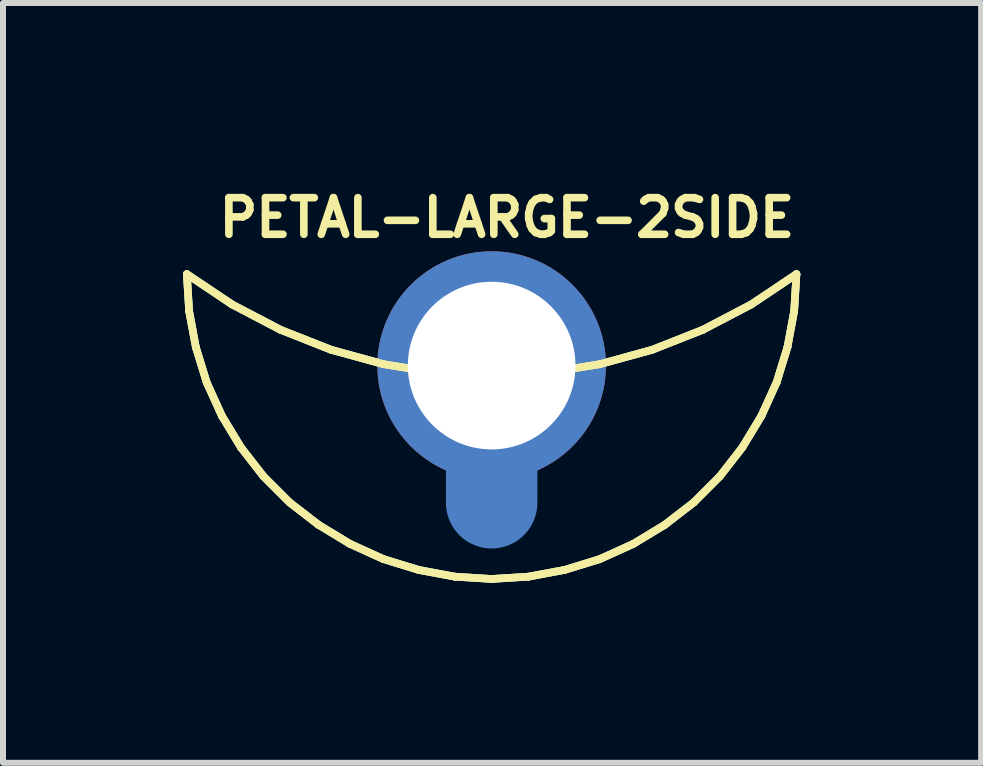
<source format=kicad_pcb>
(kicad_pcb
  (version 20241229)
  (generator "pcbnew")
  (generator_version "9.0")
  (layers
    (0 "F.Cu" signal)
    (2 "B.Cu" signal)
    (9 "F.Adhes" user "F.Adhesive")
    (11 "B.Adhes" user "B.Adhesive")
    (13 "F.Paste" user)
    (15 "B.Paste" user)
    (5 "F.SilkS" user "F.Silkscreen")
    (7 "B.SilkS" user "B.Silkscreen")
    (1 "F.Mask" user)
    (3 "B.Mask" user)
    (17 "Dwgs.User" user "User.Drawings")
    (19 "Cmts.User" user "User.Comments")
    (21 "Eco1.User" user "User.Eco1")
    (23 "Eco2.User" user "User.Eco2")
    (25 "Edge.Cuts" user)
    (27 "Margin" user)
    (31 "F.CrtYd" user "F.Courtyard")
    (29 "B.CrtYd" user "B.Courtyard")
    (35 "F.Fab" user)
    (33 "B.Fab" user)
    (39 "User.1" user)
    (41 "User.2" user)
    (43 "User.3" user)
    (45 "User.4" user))
  (footprint "PETAL-LARGE-2SIDE"
    (layer "F.Cu")
    (at 5.144 5.329)
    (property "Reference" "PETAL-LARGE-2SIDE" (at 0.254 -4.75 0) (layer "F.SilkS") (effects (font (size 0.61 0.61) (thickness 0.127))))
    (attr exclude_from_pos_files exclude_from_bom)
    (fp_line (start -5.08 -3.81) (end -5.042 -3.195) (stroke (width 0.127) (type solid)) (layer "B.Cu"))
    (fp_line (start -5.042 -3.195) (end -4.93 -2.593) (stroke (width 0.127) (type solid)) (layer "B.Cu"))
    (fp_line (start -4.93 -2.593) (end -4.75 -2.007) (stroke (width 0.127) (type solid)) (layer "B.Cu"))
    (fp_line (start -4.75 -2.007) (end -4.496 -1.448) (stroke (width 0.127) (type solid)) (layer "B.Cu"))
    (fp_line (start -4.496 -1.448) (end -4.178 -0.922) (stroke (width 0.127) (type solid)) (layer "B.Cu"))
    (fp_line (start -4.326 -3.305) (end -5.08 -3.81) (stroke (width 0.127) (type solid)) (layer "B.Cu"))
    (fp_line (start -4.178 -0.922) (end -3.802 -0.439) (stroke (width 0.127) (type solid)) (layer "B.Cu"))
    (fp_line (start -3.802 -0.439) (end -3.368 -0.005) (stroke (width 0.127) (type solid)) (layer "B.Cu"))
    (fp_line (start -3.52 -2.883) (end -4.326 -3.305) (stroke (width 0.127) (type solid)) (layer "B.Cu"))
    (fp_line (start -3.368 -0.005) (end -2.885 0.368) (stroke (width 0.127) (type solid)) (layer "B.Cu"))
    (fp_line (start -2.885 0.368) (end -2.36 0.686) (stroke (width 0.127) (type solid)) (layer "B.Cu"))
    (fp_line (start -2.677 -2.55) (end -3.52 -2.883) (stroke (width 0.127) (type solid)) (layer "B.Cu"))
    (fp_line (start -2.36 0.686) (end -1.801 0.94) (stroke (width 0.127) (type solid)) (layer "B.Cu"))
    (fp_line (start -1.801 -2.309) (end -2.677 -2.55) (stroke (width 0.127) (type solid)) (layer "B.Cu"))
    (fp_line (start -1.801 0.94) (end -1.214 1.12) (stroke (width 0.127) (type solid)) (layer "B.Cu"))
    (fp_line (start -1.214 1.12) (end -0.612 1.232) (stroke (width 0.127) (type solid)) (layer "B.Cu"))
    (fp_line (start -0.904 -2.164) (end -1.801 -2.309) (stroke (width 0.127) (type solid)) (layer "B.Cu"))
    (fp_line (start -0.612 1.232) (end 0 1.27) (stroke (width 0.127) (type solid)) (layer "B.Cu"))
    (fp_line (start 0 -2.54) (end 0 0) (stroke (width 1.524) (type solid)) (layer "B.Cu"))
    (fp_line (start 0 -2.116) (end -0.904 -2.164) (stroke (width 0.127) (type solid)) (layer "B.Cu"))
    (fp_line (start 0 1.27) (end 0.612 1.232) (stroke (width 0.127) (type solid)) (layer "B.Cu"))
    (fp_line (start 0.612 1.232) (end 1.214 1.12) (stroke (width 0.127) (type solid)) (layer "B.Cu"))
    (fp_line (start 0.904 -2.164) (end 0 -2.116) (stroke (width 0.127) (type solid)) (layer "B.Cu"))
    (fp_line (start 1.214 1.12) (end 1.801 0.94) (stroke (width 0.127) (type solid)) (layer "B.Cu"))
    (fp_line (start 1.801 -2.309) (end 0.904 -2.164) (stroke (width 0.127) (type solid)) (layer "B.Cu"))
    (fp_line (start 1.801 0.94) (end 2.36 0.686) (stroke (width 0.127) (type solid)) (layer "B.Cu"))
    (fp_line (start 2.36 0.686) (end 2.885 0.368) (stroke (width 0.127) (type solid)) (layer "B.Cu"))
    (fp_line (start 2.677 -2.55) (end 1.801 -2.309) (stroke (width 0.127) (type solid)) (layer "B.Cu"))
    (fp_line (start 2.885 0.368) (end 3.368 -0.005) (stroke (width 0.127) (type solid)) (layer "B.Cu"))
    (fp_line (start 3.368 -0.005) (end 3.802 -0.439) (stroke (width 0.127) (type solid)) (layer "B.Cu"))
    (fp_line (start 3.52 -2.883) (end 2.677 -2.55) (stroke (width 0.127) (type solid)) (layer "B.Cu"))
    (fp_line (start 3.802 -0.439) (end 4.178 -0.922) (stroke (width 0.127) (type solid)) (layer "B.Cu"))
    (fp_line (start 4.178 -0.922) (end 4.496 -1.448) (stroke (width 0.127) (type solid)) (layer "B.Cu"))
    (fp_line (start 4.326 -3.305) (end 3.52 -2.883) (stroke (width 0.127) (type solid)) (layer "B.Cu"))
    (fp_line (start 4.496 -1.448) (end 4.75 -2.007) (stroke (width 0.127) (type solid)) (layer "B.Cu"))
    (fp_line (start 4.75 -2.007) (end 4.93 -2.593) (stroke (width 0.127) (type solid)) (layer "B.Cu"))
    (fp_line (start 4.93 -2.593) (end 5.042 -3.195) (stroke (width 0.127) (type solid)) (layer "B.Cu"))
    (fp_line (start 5.042 -3.195) (end 5.08 -3.81) (stroke (width 0.127) (type solid)) (layer "B.Cu"))
    (fp_line (start 5.08 -3.81) (end 4.326 -3.305) (stroke (width 0.127) (type solid)) (layer "B.Cu"))
    (fp_line (start -5.08 -3.81) (end -5.042 -3.195) (stroke (width 0.127) (type solid)) (layer "F.SilkS"))
    (fp_line (start -5.08 -3.81) (end -4.326 -3.305) (stroke (width 0.127) (type solid)) (layer "F.SilkS"))
    (fp_line (start -5.042 -3.195) (end -5.08 -3.81) (stroke (width 0.127) (type solid)) (layer "F.SilkS"))
    (fp_line (start -5.042 -3.195) (end -4.93 -2.593) (stroke (width 0.127) (type solid)) (layer "F.SilkS"))
    (fp_line (start -4.93 -2.593) (end -5.042 -3.195) (stroke (width 0.127) (type solid)) (layer "F.SilkS"))
    (fp_line (start -4.93 -2.593) (end -4.75 -2.007) (stroke (width 0.127) (type solid)) (layer "F.SilkS"))
    (fp_line (start -4.75 -2.007) (end -4.93 -2.593) (stroke (width 0.127) (type solid)) (layer "F.SilkS"))
    (fp_line (start -4.75 -2.007) (end -4.496 -1.448) (stroke (width 0.127) (type solid)) (layer "F.SilkS"))
    (fp_line (start -4.496 -1.448) (end -4.75 -2.007) (stroke (width 0.127) (type solid)) (layer "F.SilkS"))
    (fp_line (start -4.496 -1.448) (end -4.178 -0.922) (stroke (width 0.127) (type solid)) (layer "F.SilkS"))
    (fp_line (start -4.326 -3.305) (end -5.08 -3.81) (stroke (width 0.127) (type solid)) (layer "F.SilkS"))
    (fp_line (start -4.326 -3.305) (end -3.52 -2.883) (stroke (width 0.127) (type solid)) (layer "F.SilkS"))
    (fp_line (start -4.178 -0.922) (end -4.496 -1.448) (stroke (width 0.127) (type solid)) (layer "F.SilkS"))
    (fp_line (start -4.178 -0.922) (end -3.802 -0.439) (stroke (width 0.127) (type solid)) (layer "F.SilkS"))
    (fp_line (start -3.802 -0.439) (end -4.178 -0.922) (stroke (width 0.127) (type solid)) (layer "F.SilkS"))
    (fp_line (start -3.802 -0.439) (end -3.368 -0.005) (stroke (width 0.127) (type solid)) (layer "F.SilkS"))
    (fp_line (start -3.52 -2.883) (end -4.326 -3.305) (stroke (width 0.127) (type solid)) (layer "F.SilkS"))
    (fp_line (start -3.52 -2.883) (end -2.677 -2.55) (stroke (width 0.127) (type solid)) (layer "F.SilkS"))
    (fp_line (start -3.368 -0.005) (end -3.802 -0.439) (stroke (width 0.127) (type solid)) (layer "F.SilkS"))
    (fp_line (start -3.368 -0.005) (end -2.885 0.368) (stroke (width 0.127) (type solid)) (layer "F.SilkS"))
    (fp_line (start -2.885 0.368) (end -3.368 -0.005) (stroke (width 0.127) (type solid)) (layer "F.SilkS"))
    (fp_line (start -2.885 0.368) (end -2.36 0.686) (stroke (width 0.127) (type solid)) (layer "F.SilkS"))
    (fp_line (start -2.677 -2.55) (end -3.52 -2.883) (stroke (width 0.127) (type solid)) (layer "F.SilkS"))
    (fp_line (start -2.677 -2.55) (end -1.801 -2.309) (stroke (width 0.127) (type solid)) (layer "F.SilkS"))
    (fp_line (start -2.36 0.686) (end -2.885 0.368) (stroke (width 0.127) (type solid)) (layer "F.SilkS"))
    (fp_line (start -2.36 0.686) (end -1.801 0.94) (stroke (width 0.127) (type solid)) (layer "F.SilkS"))
    (fp_line (start -1.801 -2.309) (end -2.677 -2.55) (stroke (width 0.127) (type solid)) (layer "F.SilkS"))
    (fp_line (start -1.801 -2.309) (end -0.904 -2.164) (stroke (width 0.127) (type solid)) (layer "F.SilkS"))
    (fp_line (start -1.801 0.94) (end -2.36 0.686) (stroke (width 0.127) (type solid)) (layer "F.SilkS"))
    (fp_line (start -1.801 0.94) (end -1.214 1.12) (stroke (width 0.127) (type solid)) (layer "F.SilkS"))
    (fp_line (start -1.214 1.12) (end -1.801 0.94) (stroke (width 0.127) (type solid)) (layer "F.SilkS"))
    (fp_line (start -1.214 1.12) (end -0.612 1.232) (stroke (width 0.127) (type solid)) (layer "F.SilkS"))
    (fp_line (start -0.904 -2.164) (end -1.801 -2.309) (stroke (width 0.127) (type solid)) (layer "F.SilkS"))
    (fp_line (start -0.904 -2.164) (end 0 -2.116) (stroke (width 0.127) (type solid)) (layer "F.SilkS"))
    (fp_line (start -0.612 1.232) (end -1.214 1.12) (stroke (width 0.127) (type solid)) (layer "F.SilkS"))
    (fp_line (start -0.612 1.232) (end 0 1.27) (stroke (width 0.127) (type solid)) (layer "F.SilkS"))
    (fp_line (start 0 -2.116) (end -0.904 -2.164) (stroke (width 0.127) (type solid)) (layer "F.SilkS"))
    (fp_line (start 0 -2.116) (end 0.904 -2.164) (stroke (width 0.127) (type solid)) (layer "F.SilkS"))
    (fp_line (start 0 1.27) (end -0.612 1.232) (stroke (width 0.127) (type solid)) (layer "F.SilkS"))
    (fp_line (start 0 1.27) (end 0.612 1.232) (stroke (width 0.127) (type solid)) (layer "F.SilkS"))
    (fp_line (start 0.612 1.232) (end 0 1.27) (stroke (width 0.127) (type solid)) (layer "F.SilkS"))
    (fp_line (start 0.612 1.232) (end 1.214 1.12) (stroke (width 0.127) (type solid)) (layer "F.SilkS"))
    (fp_line (start 0.904 -2.164) (end 0 -2.116) (stroke (width 0.127) (type solid)) (layer "F.SilkS"))
    (fp_line (start 0.904 -2.164) (end 1.801 -2.309) (stroke (width 0.127) (type solid)) (layer "F.SilkS"))
    (fp_line (start 1.214 1.12) (end 0.612 1.232) (stroke (width 0.127) (type solid)) (layer "F.SilkS"))
    (fp_line (start 1.214 1.12) (end 1.801 0.94) (stroke (width 0.127) (type solid)) (layer "F.SilkS"))
    (fp_line (start 1.801 -2.309) (end 0.904 -2.164) (stroke (width 0.127) (type solid)) (layer "F.SilkS"))
    (fp_line (start 1.801 -2.309) (end 2.677 -2.55) (stroke (width 0.127) (type solid)) (layer "F.SilkS"))
    (fp_line (start 1.801 0.94) (end 1.214 1.12) (stroke (width 0.127) (type solid)) (layer "F.SilkS"))
    (fp_line (start 1.801 0.94) (end 2.36 0.686) (stroke (width 0.127) (type solid)) (layer "F.SilkS"))
    (fp_line (start 2.36 0.686) (end 1.801 0.94) (stroke (width 0.127) (type solid)) (layer "F.SilkS"))
    (fp_line (start 2.36 0.686) (end 2.885 0.368) (stroke (width 0.127) (type solid)) (layer "F.SilkS"))
    (fp_line (start 2.677 -2.55) (end 1.801 -2.309) (stroke (width 0.127) (type solid)) (layer "F.SilkS"))
    (fp_line (start 2.677 -2.55) (end 3.52 -2.883) (stroke (width 0.127) (type solid)) (layer "F.SilkS"))
    (fp_line (start 2.885 0.368) (end 2.36 0.686) (stroke (width 0.127) (type solid)) (layer "F.SilkS"))
    (fp_line (start 2.885 0.368) (end 3.368 -0.005) (stroke (width 0.127) (type solid)) (layer "F.SilkS"))
    (fp_line (start 3.368 -0.005) (end 2.885 0.368) (stroke (width 0.127) (type solid)) (layer "F.SilkS"))
    (fp_line (start 3.368 -0.005) (end 3.802 -0.439) (stroke (width 0.127) (type solid)) (layer "F.SilkS"))
    (fp_line (start 3.52 -2.883) (end 2.677 -2.55) (stroke (width 0.127) (type solid)) (layer "F.SilkS"))
    (fp_line (start 3.52 -2.883) (end 4.326 -3.305) (stroke (width 0.127) (type solid)) (layer "F.SilkS"))
    (fp_line (start 3.802 -0.439) (end 3.368 -0.005) (stroke (width 0.127) (type solid)) (layer "F.SilkS"))
    (fp_line (start 3.802 -0.439) (end 4.178 -0.922) (stroke (width 0.127) (type solid)) (layer "F.SilkS"))
    (fp_line (start 4.178 -0.922) (end 3.802 -0.439) (stroke (width 0.127) (type solid)) (layer "F.SilkS"))
    (fp_line (start 4.178 -0.922) (end 4.496 -1.448) (stroke (width 0.127) (type solid)) (layer "F.SilkS"))
    (fp_line (start 4.326 -3.305) (end 3.52 -2.883) (stroke (width 0.127) (type solid)) (layer "F.SilkS"))
    (fp_line (start 4.326 -3.305) (end 5.08 -3.81) (stroke (width 0.127) (type solid)) (layer "F.SilkS"))
    (fp_line (start 4.496 -1.448) (end 4.178 -0.922) (stroke (width 0.127) (type solid)) (layer "F.SilkS"))
    (fp_line (start 4.496 -1.448) (end 4.75 -2.007) (stroke (width 0.127) (type solid)) (layer "F.SilkS"))
    (fp_line (start 4.75 -2.007) (end 4.496 -1.448) (stroke (width 0.127) (type solid)) (layer "F.SilkS"))
    (fp_line (start 4.75 -2.007) (end 4.93 -2.593) (stroke (width 0.127) (type solid)) (layer "F.SilkS"))
    (fp_line (start 4.93 -2.593) (end 4.75 -2.007) (stroke (width 0.127) (type solid)) (layer "F.SilkS"))
    (fp_line (start 4.93 -2.593) (end 5.042 -3.195) (stroke (width 0.127) (type solid)) (layer "F.SilkS"))
    (fp_line (start 5.042 -3.195) (end 4.93 -2.593) (stroke (width 0.127) (type solid)) (layer "F.SilkS"))
    (fp_line (start 5.042 -3.195) (end 5.08 -3.81) (stroke (width 0.127) (type solid)) (layer "F.SilkS"))
    (fp_line (start 5.08 -3.81) (end 4.326 -3.305) (stroke (width 0.127) (type solid)) (layer "F.SilkS"))
    (fp_line (start 5.08 -3.81) (end 5.042 -3.195) (stroke (width 0.127) (type solid)) (layer "F.SilkS"))
    (fp_line (start -5.08 -3.81) (end -4.326 -3.305) (stroke (width 0.127) (type solid)) (layer "B.Adhes"))
    (fp_line (start -5.042 -3.195) (end -5.08 -3.81) (stroke (width 0.127) (type solid)) (layer "B.Adhes"))
    (fp_line (start -4.93 -2.593) (end -5.042 -3.195) (stroke (width 0.127) (type solid)) (layer "B.Adhes"))
    (fp_line (start -4.75 -2.007) (end -4.93 -2.593) (stroke (width 0.127) (type solid)) (layer "B.Adhes"))
    (fp_line (start -4.496 -1.448) (end -4.75 -2.007) (stroke (width 0.127) (type solid)) (layer "B.Adhes"))
    (fp_line (start -4.326 -3.305) (end -3.52 -2.883) (stroke (width 0.127) (type solid)) (layer "B.Adhes"))
    (fp_line (start -4.178 -0.922) (end -4.496 -1.448) (stroke (width 0.127) (type solid)) (layer "B.Adhes"))
    (fp_line (start -3.802 -0.439) (end -4.178 -0.922) (stroke (width 0.127) (type solid)) (layer "B.Adhes"))
    (fp_line (start -3.52 -2.883) (end -2.677 -2.55) (stroke (width 0.127) (type solid)) (layer "B.Adhes"))
    (fp_line (start -3.368 -0.005) (end -3.802 -0.439) (stroke (width 0.127) (type solid)) (layer "B.Adhes"))
    (fp_line (start -2.885 0.368) (end -3.368 -0.005) (stroke (width 0.127) (type solid)) (layer "B.Adhes"))
    (fp_line (start -2.677 -2.55) (end -1.801 -2.309) (stroke (width 0.127) (type solid)) (layer "B.Adhes"))
    (fp_line (start -2.36 0.686) (end -2.885 0.368) (stroke (width 0.127) (type solid)) (layer "B.Adhes"))
    (fp_line (start -1.801 -2.309) (end -0.904 -2.164) (stroke (width 0.127) (type solid)) (layer "B.Adhes"))
    (fp_line (start -1.801 0.94) (end -2.36 0.686) (stroke (width 0.127) (type solid)) (layer "B.Adhes"))
    (fp_line (start -1.214 1.12) (end -1.801 0.94) (stroke (width 0.127) (type solid)) (layer "B.Adhes"))
    (fp_line (start -0.904 -2.164) (end 0 -2.116) (stroke (width 0.127) (type solid)) (layer "B.Adhes"))
    (fp_line (start -0.612 1.232) (end -1.214 1.12) (stroke (width 0.127) (type solid)) (layer "B.Adhes"))
    (fp_line (start 0 -2.116) (end 0.904 -2.164) (stroke (width 0.127) (type solid)) (layer "B.Adhes"))
    (fp_line (start 0 1.27) (end -0.612 1.232) (stroke (width 0.127) (type solid)) (layer "B.Adhes"))
    (fp_line (start 0.612 1.232) (end 0 1.27) (stroke (width 0.127) (type solid)) (layer "B.Adhes"))
    (fp_line (start 0.904 -2.164) (end 1.801 -2.309) (stroke (width 0.127) (type solid)) (layer "B.Adhes"))
    (fp_line (start 1.214 1.12) (end 0.612 1.232) (stroke (width 0.127) (type solid)) (layer "B.Adhes"))
    (fp_line (start 1.801 -2.309) (end 2.677 -2.55) (stroke (width 0.127) (type solid)) (layer "B.Adhes"))
    (fp_line (start 1.801 0.94) (end 1.214 1.12) (stroke (width 0.127) (type solid)) (layer "B.Adhes"))
    (fp_line (start 2.36 0.686) (end 1.801 0.94) (stroke (width 0.127) (type solid)) (layer "B.Adhes"))
    (fp_line (start 2.677 -2.55) (end 3.52 -2.883) (stroke (width 0.127) (type solid)) (layer "B.Adhes"))
    (fp_line (start 2.885 0.368) (end 2.36 0.686) (stroke (width 0.127) (type solid)) (layer "B.Adhes"))
    (fp_line (start 3.368 -0.005) (end 2.885 0.368) (stroke (width 0.127) (type solid)) (layer "B.Adhes"))
    (fp_line (start 3.52 -2.883) (end 4.326 -3.305) (stroke (width 0.127) (type solid)) (layer "B.Adhes"))
    (fp_line (start 3.802 -0.439) (end 3.368 -0.005) (stroke (width 0.127) (type solid)) (layer "B.Adhes"))
    (fp_line (start 4.178 -0.922) (end 3.802 -0.439) (stroke (width 0.127) (type solid)) (layer "B.Adhes"))
    (fp_line (start 4.326 -3.305) (end 5.08 -3.81) (stroke (width 0.127) (type solid)) (layer "B.Adhes"))
    (fp_line (start 4.496 -1.448) (end 4.178 -0.922) (stroke (width 0.127) (type solid)) (layer "B.Adhes"))
    (fp_line (start 4.75 -2.007) (end 4.496 -1.448) (stroke (width 0.127) (type solid)) (layer "B.Adhes"))
    (fp_line (start 4.93 -2.593) (end 4.75 -2.007) (stroke (width 0.127) (type solid)) (layer "B.Adhes"))
    (fp_line (start 5.042 -3.195) (end 4.93 -2.593) (stroke (width 0.127) (type solid)) (layer "B.Adhes"))
    (fp_line (start 5.08 -3.81) (end 5.042 -3.195) (stroke (width 0.127) (type solid)) (layer "B.Adhes"))
    (pad "" np_thru_hole circle (at 0 -2.286) (size 1.499 1.499) (drill 1.499) (layers "*.Cu" "*.Mask"))
    (pad "1" thru_hole circle (at 0 -2.286) (size 3.81 3.81) (drill 2.794) (layers "*.Cu" "*.Paste" "*.Mask")))
  (gr_rect
    (start -3 -3)
    (end 13.302 9.663)
    (stroke (width 0.1) (type default))
    (fill no)
    (layer "Edge.Cuts")))
</source>
